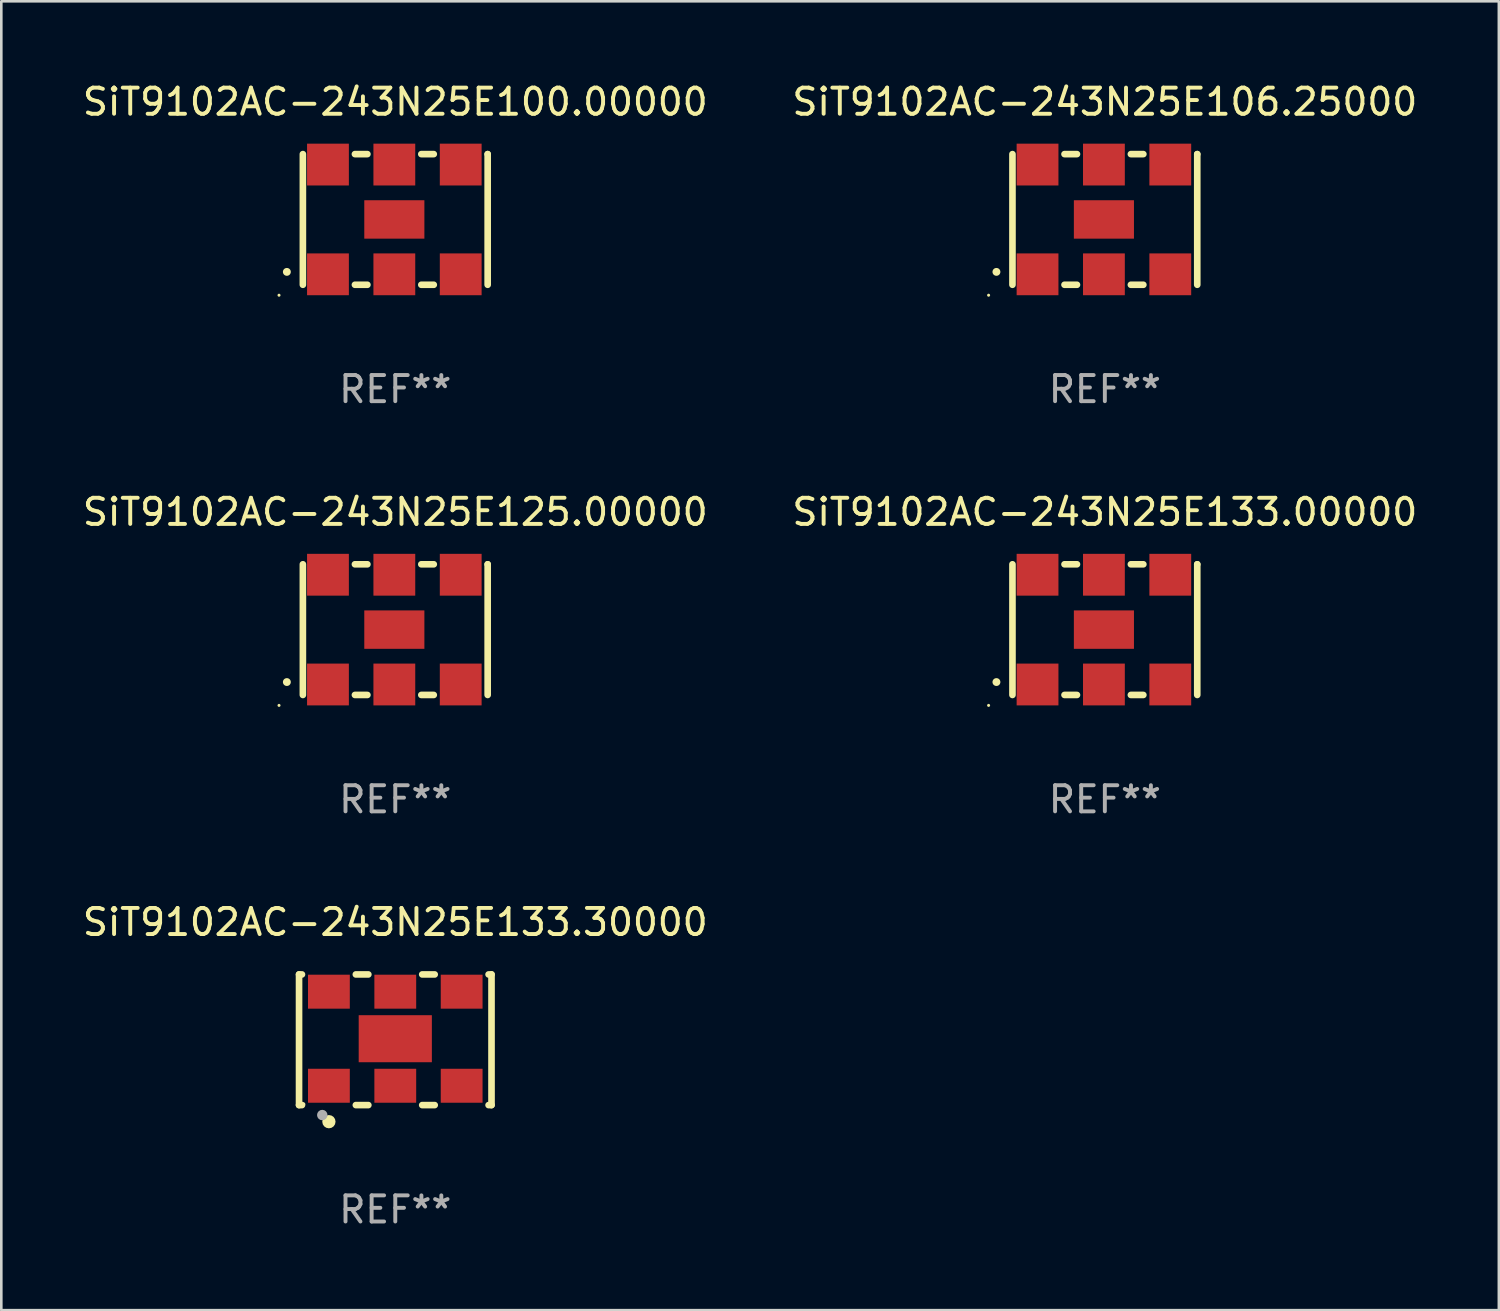
<source format=kicad_pcb>
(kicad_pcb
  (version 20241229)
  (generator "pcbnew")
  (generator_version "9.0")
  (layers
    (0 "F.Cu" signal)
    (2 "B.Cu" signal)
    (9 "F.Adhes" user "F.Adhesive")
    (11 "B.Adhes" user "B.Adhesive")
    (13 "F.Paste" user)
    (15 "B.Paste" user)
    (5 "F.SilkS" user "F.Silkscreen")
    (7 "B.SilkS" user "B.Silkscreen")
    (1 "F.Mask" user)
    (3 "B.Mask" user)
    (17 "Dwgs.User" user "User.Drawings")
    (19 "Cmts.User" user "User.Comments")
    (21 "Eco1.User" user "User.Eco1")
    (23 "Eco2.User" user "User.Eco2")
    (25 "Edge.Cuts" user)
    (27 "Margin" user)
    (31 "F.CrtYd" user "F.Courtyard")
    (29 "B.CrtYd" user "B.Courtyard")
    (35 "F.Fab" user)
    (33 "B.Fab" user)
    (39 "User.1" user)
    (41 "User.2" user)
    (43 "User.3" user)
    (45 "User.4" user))
  (footprint "SiT9102AC-243N25E106.25000"
    (layer "F.Cu")
    (at 39.232 5.348)
    (property "Reference" "SiT9102AC-243N25E106.25000" (at 0 -4.5 0) (layer "F.SilkS") (effects (font (size 1 1) (thickness 0.15))))
    (attr through_hole)
    (fp_line (start -3.536 -2.5) (end -3.536 2.5) (stroke (width 0.254) (type solid)) (layer "F.SilkS"))
    (fp_line (start -1.544 2.5) (end -1.067 2.5) (stroke (width 0.254) (type solid)) (layer "F.SilkS"))
    (fp_line (start -1.067 -2.5) (end -1.544 -2.5) (stroke (width 0.254) (type solid)) (layer "F.SilkS"))
    (fp_line (start 0.996 2.5) (end 1.473 2.5) (stroke (width 0.254) (type solid)) (layer "F.SilkS"))
    (fp_line (start 1.473 -2.5) (end 0.996 -2.5) (stroke (width 0.254) (type solid)) (layer "F.SilkS"))
    (fp_line (start 3.536 -2.5) (end 3.536 -2.5) (stroke (width 0.254) (type solid)) (layer "F.SilkS"))
    (fp_line (start 3.536 2.5) (end 3.536 -2.5) (stroke (width 0.254) (type solid)) (layer "F.SilkS"))
    (fp_arc (start -4.150432 2.006604) (mid -4.149162 2.006599) (end -4.147892 2.006604) (stroke (width 0.3) (type solid)) (layer "F.SilkS"))
    (fp_circle (center -4.449 2.9) (end -4.419 2.9) (stroke (width 0.06) (type solid)) (fill no) (layer "F.SilkS"))
    (fp_text user "REF**" (at 0 6.5 0) (layer "F.Fab") (effects (font (size 1 1) (thickness 0.15))))
    (pad "1" smd rect (at -2.576 2.1) (size 1.6 1.6) (layers "F.Cu" "F.Mask" "F.Paste"))
    (pad "2" smd rect (at -0.036 2.1) (size 1.6 1.6) (layers "F.Cu" "F.Mask" "F.Paste"))
    (pad "3" smd rect (at 2.504 2.1) (size 1.6 1.6) (layers "F.Cu" "F.Mask" "F.Paste"))
    (pad "4" smd rect (at 2.504 -2.1) (size 1.6 1.6) (layers "F.Cu" "F.Mask" "F.Paste"))
    (pad "5" smd rect (at -0.036 -2.1) (size 1.6 1.6) (layers "F.Cu" "F.Mask" "F.Paste"))
    (pad "6" smd rect (at -2.576 -2.1) (size 1.6 1.6) (layers "F.Cu" "F.Mask" "F.Paste"))
    (pad "7" smd rect (at -0.036 0) (size 2.3 1.47) (layers "F.Cu" "F.Mask" "F.Paste")))
  (footprint "SiT9102AC-243N25E133.00000"
    (layer "F.Cu")
    (at 39.232 21.045)
    (property "Reference" "SiT9102AC-243N25E133.00000" (at 0 -4.5 0) (layer "F.SilkS") (effects (font (size 1 1) (thickness 0.15))))
    (attr through_hole)
    (fp_line (start -3.536 -2.5) (end -3.536 2.5) (stroke (width 0.254) (type solid)) (layer "F.SilkS"))
    (fp_line (start -1.544 2.5) (end -1.067 2.5) (stroke (width 0.254) (type solid)) (layer "F.SilkS"))
    (fp_line (start -1.067 -2.5) (end -1.544 -2.5) (stroke (width 0.254) (type solid)) (layer "F.SilkS"))
    (fp_line (start 0.996 2.5) (end 1.473 2.5) (stroke (width 0.254) (type solid)) (layer "F.SilkS"))
    (fp_line (start 1.473 -2.5) (end 0.996 -2.5) (stroke (width 0.254) (type solid)) (layer "F.SilkS"))
    (fp_line (start 3.536 -2.5) (end 3.536 -2.5) (stroke (width 0.254) (type solid)) (layer "F.SilkS"))
    (fp_line (start 3.536 2.5) (end 3.536 -2.5) (stroke (width 0.254) (type solid)) (layer "F.SilkS"))
    (fp_arc (start -4.150432 2.006604) (mid -4.149162 2.006599) (end -4.147892 2.006604) (stroke (width 0.3) (type solid)) (layer "F.SilkS"))
    (fp_circle (center -4.449 2.9) (end -4.419 2.9) (stroke (width 0.06) (type solid)) (fill no) (layer "F.SilkS"))
    (fp_text user "REF**" (at 0 6.5 0) (layer "F.Fab") (effects (font (size 1 1) (thickness 0.15))))
    (pad "1" smd rect (at -2.576 2.1) (size 1.6 1.6) (layers "F.Cu" "F.Mask" "F.Paste"))
    (pad "2" smd rect (at -0.036 2.1) (size 1.6 1.6) (layers "F.Cu" "F.Mask" "F.Paste"))
    (pad "3" smd rect (at 2.504 2.1) (size 1.6 1.6) (layers "F.Cu" "F.Mask" "F.Paste"))
    (pad "4" smd rect (at 2.504 -2.1) (size 1.6 1.6) (layers "F.Cu" "F.Mask" "F.Paste"))
    (pad "5" smd rect (at -0.036 -2.1) (size 1.6 1.6) (layers "F.Cu" "F.Mask" "F.Paste"))
    (pad "6" smd rect (at -2.576 -2.1) (size 1.6 1.6) (layers "F.Cu" "F.Mask" "F.Paste"))
    (pad "7" smd rect (at -0.036 0) (size 2.3 1.47) (layers "F.Cu" "F.Mask" "F.Paste")))
  (footprint "SiT9102AC-243N25E133.30000"
    (layer "F.Cu")
    (at 12.077 36.741)
    (property "Reference" "SiT9102AC-243N25E133.30000" (at 0 -4.5 0) (layer "F.SilkS") (effects (font (size 1 1) (thickness 0.15))))
    (attr through_hole)
    (fp_line (start -3.683 -2.5) (end -3.571 -2.5) (stroke (width 0.254) (type solid)) (layer "F.SilkS"))
    (fp_line (start -3.683 2.5) (end -3.683 -2.5) (stroke (width 0.254) (type solid)) (layer "F.SilkS"))
    (fp_line (start -3.683 2.5) (end -3.571 2.5) (stroke (width 0.254) (type solid)) (layer "F.SilkS"))
    (fp_line (start -1.509 -2.5) (end -1.031 -2.5) (stroke (width 0.254) (type solid)) (layer "F.SilkS"))
    (fp_line (start -1.509 2.5) (end -1.031 2.5) (stroke (width 0.254) (type solid)) (layer "F.SilkS"))
    (fp_line (start 1.031 -2.5) (end 1.509 -2.5) (stroke (width 0.254) (type solid)) (layer "F.SilkS"))
    (fp_line (start 1.031 2.5) (end 1.509 2.5) (stroke (width 0.254) (type solid)) (layer "F.SilkS"))
    (fp_line (start 3.571 -2.5) (end 3.683 -2.5) (stroke (width 0.254) (type solid)) (layer "F.SilkS"))
    (fp_line (start 3.571 2.5) (end 3.683 2.5) (stroke (width 0.254) (type solid)) (layer "F.SilkS"))
    (fp_line (start 3.683 2.5) (end 3.683 -2.5) (stroke (width 0.254) (type solid)) (layer "F.SilkS"))
    (fp_circle (center -3.5 2.46) (end -3.47 2.46) (stroke (width 0.06) (type solid)) (fill no) (layer "F.SilkS"))
    (fp_circle (center -2.54 3.135) (end -2.413 3.135) (stroke (width 0.254) (type solid)) (fill no) (layer "F.SilkS"))
    (fp_circle (center -2.794 2.881) (end -2.694 2.881) (stroke (width 0.2) (type solid)) (fill no) (layer "F.Fab"))
    (fp_text user "REF**" (at 0 6.5 0) (layer "F.Fab") (effects (font (size 1 1) (thickness 0.15))))
    (pad "1" smd rect (at -2.54 1.76) (size 1.6 1.3) (layers "F.Cu" "F.Mask" "F.Paste"))
    (pad "2" smd rect (at 0 1.76) (size 1.6 1.3) (layers "F.Cu" "F.Mask" "F.Paste"))
    (pad "3" smd rect (at 2.54 1.76) (size 1.6 1.3) (layers "F.Cu" "F.Mask" "F.Paste"))
    (pad "4" smd rect (at 2.54 -1.84) (size 1.6 1.3) (layers "F.Cu" "F.Mask" "F.Paste"))
    (pad "5" smd rect (at 0 -1.84) (size 1.6 1.3) (layers "F.Cu" "F.Mask" "F.Paste"))
    (pad "6" smd rect (at -2.54 -1.84) (size 1.6 1.3) (layers "F.Cu" "F.Mask" "F.Paste"))
    (pad "7" smd rect (at 0 -0.04) (size 2.8 1.8) (layers "F.Cu" "F.Mask" "F.Paste")))
  (footprint "SiT9102AC-243N25E100.00000"
    (layer "F.Cu")
    (at 12.077 5.348)
    (property "Reference" "SiT9102AC-243N25E100.00000" (at 0 -4.5 0) (layer "F.SilkS") (effects (font (size 1 1) (thickness 0.15))))
    (attr through_hole)
    (fp_line (start -3.536 -2.5) (end -3.536 2.5) (stroke (width 0.254) (type solid)) (layer "F.SilkS"))
    (fp_line (start -1.544 2.5) (end -1.067 2.5) (stroke (width 0.254) (type solid)) (layer "F.SilkS"))
    (fp_line (start -1.067 -2.5) (end -1.544 -2.5) (stroke (width 0.254) (type solid)) (layer "F.SilkS"))
    (fp_line (start 0.996 2.5) (end 1.473 2.5) (stroke (width 0.254) (type solid)) (layer "F.SilkS"))
    (fp_line (start 1.473 -2.5) (end 0.996 -2.5) (stroke (width 0.254) (type solid)) (layer "F.SilkS"))
    (fp_line (start 3.536 -2.5) (end 3.536 -2.5) (stroke (width 0.254) (type solid)) (layer "F.SilkS"))
    (fp_line (start 3.536 2.5) (end 3.536 -2.5) (stroke (width 0.254) (type solid)) (layer "F.SilkS"))
    (fp_arc (start -4.150432 2.006604) (mid -4.149162 2.006599) (end -4.147892 2.006604) (stroke (width 0.3) (type solid)) (layer "F.SilkS"))
    (fp_circle (center -4.449 2.9) (end -4.419 2.9) (stroke (width 0.06) (type solid)) (fill no) (layer "F.SilkS"))
    (fp_text user "REF**" (at 0 6.5 0) (layer "F.Fab") (effects (font (size 1 1) (thickness 0.15))))
    (pad "1" smd rect (at -2.576 2.1) (size 1.6 1.6) (layers "F.Cu" "F.Mask" "F.Paste"))
    (pad "2" smd rect (at -0.036 2.1) (size 1.6 1.6) (layers "F.Cu" "F.Mask" "F.Paste"))
    (pad "3" smd rect (at 2.504 2.1) (size 1.6 1.6) (layers "F.Cu" "F.Mask" "F.Paste"))
    (pad "4" smd rect (at 2.504 -2.1) (size 1.6 1.6) (layers "F.Cu" "F.Mask" "F.Paste"))
    (pad "5" smd rect (at -0.036 -2.1) (size 1.6 1.6) (layers "F.Cu" "F.Mask" "F.Paste"))
    (pad "6" smd rect (at -2.576 -2.1) (size 1.6 1.6) (layers "F.Cu" "F.Mask" "F.Paste"))
    (pad "7" smd rect (at -0.036 0) (size 2.3 1.47) (layers "F.Cu" "F.Mask" "F.Paste")))
  (footprint "SiT9102AC-243N25E125.00000"
    (layer "F.Cu")
    (at 12.077 21.045)
    (property "Reference" "SiT9102AC-243N25E125.00000" (at 0 -4.5 0) (layer "F.SilkS") (effects (font (size 1 1) (thickness 0.15))))
    (attr through_hole)
    (fp_line (start -3.536 -2.5) (end -3.536 2.5) (stroke (width 0.254) (type solid)) (layer "F.SilkS"))
    (fp_line (start -1.544 2.5) (end -1.067 2.5) (stroke (width 0.254) (type solid)) (layer "F.SilkS"))
    (fp_line (start -1.067 -2.5) (end -1.544 -2.5) (stroke (width 0.254) (type solid)) (layer "F.SilkS"))
    (fp_line (start 0.996 2.5) (end 1.473 2.5) (stroke (width 0.254) (type solid)) (layer "F.SilkS"))
    (fp_line (start 1.473 -2.5) (end 0.996 -2.5) (stroke (width 0.254) (type solid)) (layer "F.SilkS"))
    (fp_line (start 3.536 -2.5) (end 3.536 -2.5) (stroke (width 0.254) (type solid)) (layer "F.SilkS"))
    (fp_line (start 3.536 2.5) (end 3.536 -2.5) (stroke (width 0.254) (type solid)) (layer "F.SilkS"))
    (fp_arc (start -4.150432 2.006604) (mid -4.149162 2.006599) (end -4.147892 2.006604) (stroke (width 0.3) (type solid)) (layer "F.SilkS"))
    (fp_circle (center -4.449 2.9) (end -4.419 2.9) (stroke (width 0.06) (type solid)) (fill no) (layer "F.SilkS"))
    (fp_text user "REF**" (at 0 6.5 0) (layer "F.Fab") (effects (font (size 1 1) (thickness 0.15))))
    (pad "1" smd rect (at -2.576 2.1) (size 1.6 1.6) (layers "F.Cu" "F.Mask" "F.Paste"))
    (pad "2" smd rect (at -0.036 2.1) (size 1.6 1.6) (layers "F.Cu" "F.Mask" "F.Paste"))
    (pad "3" smd rect (at 2.504 2.1) (size 1.6 1.6) (layers "F.Cu" "F.Mask" "F.Paste"))
    (pad "4" smd rect (at 2.504 -2.1) (size 1.6 1.6) (layers "F.Cu" "F.Mask" "F.Paste"))
    (pad "5" smd rect (at -0.036 -2.1) (size 1.6 1.6) (layers "F.Cu" "F.Mask" "F.Paste"))
    (pad "6" smd rect (at -2.576 -2.1) (size 1.6 1.6) (layers "F.Cu" "F.Mask" "F.Paste"))
    (pad "7" smd rect (at -0.036 0) (size 2.3 1.47) (layers "F.Cu" "F.Mask" "F.Paste")))
  (gr_rect
    (start -3 -3)
    (end 54.31 47.09)
    (stroke (width 0.1) (type default))
    (fill no)
    (layer "Edge.Cuts")))
</source>
